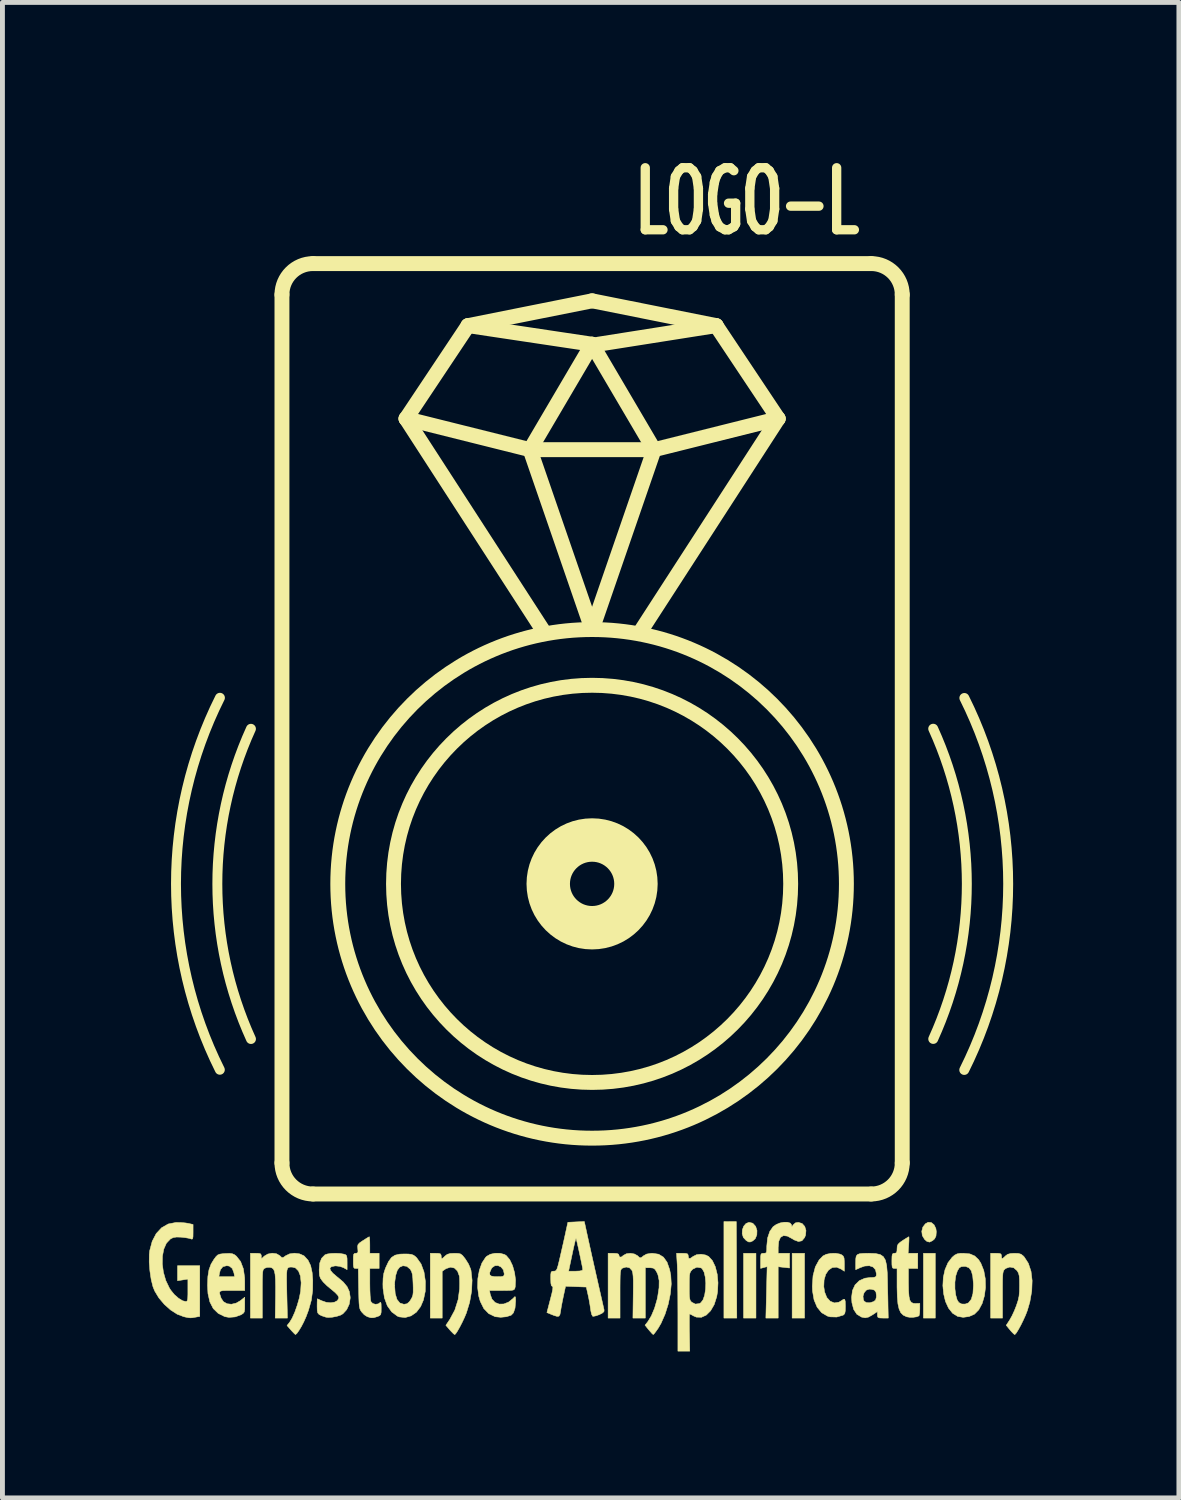
<source format=kicad_pcb>
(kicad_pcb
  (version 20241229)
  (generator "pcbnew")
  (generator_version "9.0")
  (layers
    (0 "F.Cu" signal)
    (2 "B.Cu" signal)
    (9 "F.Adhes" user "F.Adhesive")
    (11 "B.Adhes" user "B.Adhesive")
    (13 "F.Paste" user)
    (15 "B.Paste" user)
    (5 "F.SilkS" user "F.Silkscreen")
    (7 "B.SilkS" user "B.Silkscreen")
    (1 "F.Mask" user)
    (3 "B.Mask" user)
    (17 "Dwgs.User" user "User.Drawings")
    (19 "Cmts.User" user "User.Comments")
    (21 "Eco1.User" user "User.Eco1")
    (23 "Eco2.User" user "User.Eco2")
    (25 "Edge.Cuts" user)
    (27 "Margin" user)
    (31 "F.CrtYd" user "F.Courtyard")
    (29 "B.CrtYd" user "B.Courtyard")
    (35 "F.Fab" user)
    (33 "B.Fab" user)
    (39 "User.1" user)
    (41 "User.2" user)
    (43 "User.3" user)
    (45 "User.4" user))
  (footprint "LOGO-L"
    (layer "F.Cu")
    (at 9.073 15.047)
    (property "Reference" "LOGO-L" (at 3.175 -13.97 0) (layer "F.SilkS") (effects (font (size 1.27 0.762) (thickness 0.191))))
    (attr through_hole)
    (fp_line (start -6.35 5.715) (end -6.35 -12.065) (stroke (width 0.305) (type solid)) (layer "F.SilkS"))
    (fp_line (start -5.715 -12.7) (end 5.715 -12.7) (stroke (width 0.305) (type solid)) (layer "F.SilkS"))
    (fp_line (start -3.81 -9.525) (end -1.27 -8.89) (stroke (width 0.305) (type solid)) (layer "F.SilkS"))
    (fp_line (start -3.81 -9.525) (end -1.016 -5.207) (stroke (width 0.305) (type solid)) (layer "F.SilkS"))
    (fp_line (start -2.54 -11.43) (end -3.81 -9.525) (stroke (width 0.305) (type solid)) (layer "F.SilkS"))
    (fp_line (start -2.54 -11.43) (end 0 -11.938) (stroke (width 0.305) (type solid)) (layer "F.SilkS"))
    (fp_line (start -2.54 -11.43) (end 0 -11.049) (stroke (width 0.305) (type solid)) (layer "F.SilkS"))
    (fp_line (start -1.27 -8.89) (end 0 -11.049) (stroke (width 0.305) (type solid)) (layer "F.SilkS"))
    (fp_line (start -1.27 -8.89) (end 1.27 -8.89) (stroke (width 0.305) (type solid)) (layer "F.SilkS"))
    (fp_line (start 0 -11.938) (end 2.54 -11.43) (stroke (width 0.305) (type solid)) (layer "F.SilkS"))
    (fp_line (start 0 -11.049) (end 1.27 -8.89) (stroke (width 0.305) (type solid)) (layer "F.SilkS"))
    (fp_line (start 0 -5.207) (end -1.27 -8.89) (stroke (width 0.305) (type solid)) (layer "F.SilkS"))
    (fp_line (start 1.27 -8.89) (end 0 -5.207) (stroke (width 0.305) (type solid)) (layer "F.SilkS"))
    (fp_line (start 1.27 -8.89) (end 3.81 -9.525) (stroke (width 0.305) (type solid)) (layer "F.SilkS"))
    (fp_line (start 2.54 -11.43) (end 0.127 -11.049) (stroke (width 0.305) (type solid)) (layer "F.SilkS"))
    (fp_line (start 2.54 -11.43) (end 3.81 -9.525) (stroke (width 0.305) (type solid)) (layer "F.SilkS"))
    (fp_line (start 3.81 -9.525) (end 1.016 -5.207) (stroke (width 0.305) (type solid)) (layer "F.SilkS"))
    (fp_line (start 5.715 6.35) (end -5.715 6.35) (stroke (width 0.305) (type solid)) (layer "F.SilkS"))
    (fp_line (start 6.35 -12.065) (end 6.35 5.715) (stroke (width 0.305) (type solid)) (layer "F.SilkS"))
    (fp_arc (start -7.622001 3.805996) (mid -8.519419 -0.002238) (end -7.62 -3.81) (stroke (width 0.2032) (type solid)) (layer "F.SilkS"))
    (fp_arc (start -6.984328 3.176474) (mid -7.672733 0.00081) (end -6.984999 -3.174999) (stroke (width 0.2032) (type solid)) (layer "F.SilkS"))
    (fp_arc (start -6.35 -12.065) (mid -6.164013 -12.514013) (end -5.715 -12.7) (stroke (width 0.3048) (type solid)) (layer "F.SilkS"))
    (fp_arc (start -5.715 6.35) (mid -6.164013 6.164013) (end -6.35 5.715) (stroke (width 0.3048) (type solid)) (layer "F.SilkS"))
    (fp_arc (start 5.715 -12.7) (mid 6.164013 -12.514013) (end 6.35 -12.065) (stroke (width 0.3048) (type solid)) (layer "F.SilkS"))
    (fp_arc (start 6.35 5.715) (mid 6.164013 6.164013) (end 5.715 6.35) (stroke (width 0.3048) (type solid)) (layer "F.SilkS"))
    (fp_arc (start 6.984328 -3.176474) (mid 7.672733 -0.00081) (end 6.984999 3.174999) (stroke (width 0.2032) (type solid)) (layer "F.SilkS"))
    (fp_arc (start 7.622001 -3.805996) (mid 8.519419 0.002238) (end 7.62 3.81) (stroke (width 0.2032) (type solid)) (layer "F.SilkS"))
    (fp_circle (center 0 0) (end 0.898 0) (stroke (width 0.889) (type solid)) (fill no) (layer "F.SilkS"))
    (fp_circle (center 0 0) (end 4.066 0) (stroke (width 0.305) (type solid)) (fill no) (layer "F.SilkS"))
    (fp_circle (center 0 0) (end 5.207 0) (stroke (width 0.305) (type solid)) (fill no) (layer "F.SilkS"))
    (fp_poly (pts (xy 3.355 8.89) (xy 3.101 8.89) (xy 3.101 7.564) (xy 3.355 7.564) (xy 3.355 8.89)) (stroke (width 0.01) (type solid)) (fill yes) (layer "F.SilkS"))
    (fp_poly (pts (xy 4.35 8.89) (xy 4.096 8.89) (xy 4.096 7.564) (xy 4.35 7.564) (xy 4.35 8.89)) (stroke (width 0.01) (type solid)) (fill yes) (layer "F.SilkS"))
    (fp_poly (pts (xy 7.027 8.89) (xy 6.784 8.89) (xy 6.784 7.564) (xy 7.027 7.564) (xy 7.027 8.89)) (stroke (width 0.01) (type solid)) (fill yes) (layer "F.SilkS"))
    (fp_poly (pts (xy 2.826 6.915) (xy 2.953 6.915) (xy 2.963 8.89) (xy 2.831 8.89) (xy 2.699 8.89) (xy 2.699 7.902) (xy 2.699 6.914) (xy 2.826 6.915)) (stroke (width 0.01) (type solid)) (fill yes) (layer "F.SilkS"))
    (fp_poly (pts (xy 6.945 6.934) (xy 7.002 6.981) (xy 7.039 7.057) (xy 7.048 7.121) (xy 7.041 7.211) (xy 7.013 7.268) (xy 6.971 7.305) (xy 6.91 7.335) (xy 6.856 7.321) (xy 6.808 7.279) (xy 6.761 7.201) (xy 6.75 7.113) (xy 6.772 7.028) (xy 6.824 6.96) (xy 6.88 6.929) (xy 6.945 6.934)) (stroke (width 0.01) (type solid)) (fill yes) (layer "F.SilkS"))
    (fp_poly (pts (xy 3.285 6.947) (xy 3.294 6.953) (xy 3.349 7.014) (xy 3.376 7.097) (xy 3.373 7.185) (xy 3.342 7.263) (xy 3.29 7.31) (xy 3.241 7.332) (xy 3.206 7.332) (xy 3.163 7.307) (xy 3.154 7.301) (xy 3.097 7.24) (xy 3.073 7.162) (xy 3.077 7.082) (xy 3.105 7.008) (xy 3.152 6.954) (xy 3.213 6.93) (xy 3.285 6.947)) (stroke (width 0.01) (type solid)) (fill yes) (layer "F.SilkS"))
    (fp_poly (pts (xy 5.073 7.58) (xy 5.111 7.596) (xy 5.142 7.622) (xy 5.159 7.661) (xy 5.164 7.73) (xy 5.165 7.78) (xy 5.165 7.932) (xy 5.102 7.889) (xy 5.006 7.848) (xy 4.917 7.856) (xy 4.842 7.907) (xy 4.784 7.993) (xy 4.75 8.109) (xy 4.744 8.246) (xy 4.76 8.355) (xy 4.806 8.47) (xy 4.876 8.546) (xy 4.962 8.58) (xy 5.054 8.565) (xy 5.101 8.537) (xy 5.147 8.506) (xy 5.172 8.507) (xy 5.183 8.546) (xy 5.186 8.633) (xy 5.186 8.651) (xy 5.184 8.743) (xy 5.174 8.795) (xy 5.153 8.822) (xy 5.138 8.831) (xy 5.009 8.869) (xy 4.873 8.865) (xy 4.82 8.85) (xy 4.7 8.78) (xy 4.608 8.668) (xy 4.545 8.519) (xy 4.513 8.335) (xy 4.509 8.238) (xy 4.524 8.022) (xy 4.571 7.842) (xy 4.649 7.699) (xy 4.728 7.618) (xy 4.796 7.584) (xy 4.888 7.566) (xy 4.986 7.564) (xy 5.073 7.58)) (stroke (width 0.01) (type solid)) (fill yes) (layer "F.SilkS"))
    (fp_poly (pts (xy 3.999 6.928) (xy 4.055 6.945) (xy 4.083 6.979) (xy 4.085 6.994) (xy 4.089 7.019) (xy 4.107 6.999) (xy 4.114 6.985) (xy 4.163 6.941) (xy 4.223 6.931) (xy 4.3 6.954) (xy 4.354 7.014) (xy 4.379 7.097) (xy 4.371 7.192) (xy 4.35 7.244) (xy 4.296 7.308) (xy 4.225 7.323) (xy 4.135 7.289) (xy 4.104 7.269) (xy 3.999 7.212) (xy 3.917 7.202) (xy 3.857 7.238) (xy 3.821 7.321) (xy 3.81 7.443) (xy 3.81 7.564) (xy 4.043 7.564) (xy 4.043 7.865) (xy 3.926 7.852) (xy 3.81 7.839) (xy 3.81 8.89) (xy 3.558 8.89) (xy 3.571 8.363) (xy 3.584 7.837) (xy 3.45 7.873) (xy 3.45 7.718) (xy 3.451 7.63) (xy 3.458 7.584) (xy 3.477 7.566) (xy 3.513 7.564) (xy 3.514 7.564) (xy 3.551 7.561) (xy 3.569 7.543) (xy 3.576 7.495) (xy 3.577 7.415) (xy 3.593 7.252) (xy 3.639 7.115) (xy 3.706 7.02) (xy 3.77 6.975) (xy 3.847 6.943) (xy 3.926 6.928) (xy 3.999 6.928)) (stroke (width 0.01) (type solid)) (fill yes) (layer "F.SilkS"))
    (fp_poly (pts (xy -3.136 7.566) (xy -3.103 7.578) (xy -3.091 7.603) (xy -3.09 7.62) (xy -3.086 7.665) (xy -3.068 7.671) (xy -3.029 7.638) (xy -3.011 7.62) (xy -2.966 7.586) (xy -2.905 7.568) (xy -2.82 7.564) (xy -2.744 7.566) (xy -2.694 7.577) (xy -2.654 7.607) (xy -2.607 7.665) (xy -2.593 7.684) (xy -2.53 7.784) (xy -2.487 7.887) (xy -2.479 7.916) (xy -2.457 8.117) (xy -2.467 8.339) (xy -2.508 8.57) (xy -2.574 8.785) (xy -2.612 8.876) (xy -2.659 8.976) (xy -2.709 9.073) (xy -2.756 9.156) (xy -2.793 9.211) (xy -2.812 9.229) (xy -2.837 9.212) (xy -2.881 9.168) (xy -2.912 9.134) (xy -2.994 9.038) (xy -2.913 8.918) (xy -2.81 8.726) (xy -2.742 8.51) (xy -2.713 8.291) (xy -2.711 8.181) (xy -2.713 8.085) (xy -2.718 8.029) (xy -2.756 7.927) (xy -2.818 7.866) (xy -2.898 7.848) (xy -2.988 7.877) (xy -3.007 7.889) (xy -3.069 7.932) (xy -3.069 8.89) (xy -3.313 8.89) (xy -3.313 7.564) (xy -3.201 7.564) (xy -3.136 7.566)) (stroke (width 0.01) (type solid)) (fill yes) (layer "F.SilkS"))
    (fp_poly (pts (xy 6.489 7.25) (xy 6.487 7.317) (xy 6.483 7.394) (xy 6.471 7.564) (xy 6.668 7.564) (xy 6.668 7.874) (xy 6.477 7.874) (xy 6.477 8.163) (xy 6.48 8.33) (xy 6.489 8.448) (xy 6.506 8.525) (xy 6.536 8.57) (xy 6.579 8.589) (xy 6.621 8.591) (xy 6.71 8.589) (xy 6.71 8.71) (xy 6.706 8.787) (xy 6.696 8.837) (xy 6.692 8.845) (xy 6.647 8.864) (xy 6.577 8.874) (xy 6.502 8.874) (xy 6.44 8.864) (xy 6.439 8.863) (xy 6.372 8.831) (xy 6.321 8.781) (xy 6.286 8.706) (xy 6.262 8.599) (xy 6.249 8.451) (xy 6.244 8.257) (xy 6.244 8.206) (xy 6.244 7.874) (xy 6.191 7.874) (xy 6.161 7.87) (xy 6.145 7.849) (xy 6.139 7.796) (xy 6.138 7.719) (xy 6.14 7.63) (xy 6.147 7.584) (xy 6.165 7.566) (xy 6.191 7.564) (xy 6.228 7.556) (xy 6.242 7.52) (xy 6.244 7.471) (xy 6.248 7.417) (xy 6.265 7.378) (xy 6.304 7.341) (xy 6.361 7.301) (xy 6.424 7.261) (xy 6.469 7.234) (xy 6.486 7.225) (xy 6.489 7.25)) (stroke (width 0.01) (type solid)) (fill yes) (layer "F.SilkS"))
    (fp_poly (pts (xy 7.734 7.576) (xy 7.834 7.619) (xy 7.914 7.695) (xy 7.96 7.768) (xy 8.02 7.918) (xy 8.051 8.087) (xy 8.055 8.263) (xy 8.033 8.435) (xy 7.987 8.591) (xy 7.918 8.72) (xy 7.829 8.81) (xy 7.72 8.858) (xy 7.598 8.875) (xy 7.485 8.856) (xy 7.381 8.791) (xy 7.298 8.686) (xy 7.236 8.551) (xy 7.198 8.394) (xy 7.182 8.227) (xy 7.186 8.155) (xy 7.429 8.155) (xy 7.429 8.29) (xy 7.445 8.417) (xy 7.475 8.52) (xy 7.509 8.572) (xy 7.566 8.602) (xy 7.638 8.604) (xy 7.705 8.58) (xy 7.706 8.579) (xy 7.764 8.506) (xy 7.798 8.387) (xy 7.808 8.224) (xy 7.807 8.181) (xy 7.793 8.028) (xy 7.764 7.922) (xy 7.716 7.86) (xy 7.647 7.833) (xy 7.619 7.832) (xy 7.556 7.838) (xy 7.516 7.864) (xy 7.479 7.925) (xy 7.478 7.928) (xy 7.445 8.029) (xy 7.429 8.155) (xy 7.186 8.155) (xy 7.191 8.059) (xy 7.226 7.899) (xy 7.287 7.757) (xy 7.372 7.646) (xy 7.424 7.601) (xy 7.474 7.576) (xy 7.536 7.565) (xy 7.604 7.564) (xy 7.734 7.576)) (stroke (width 0.01) (type solid)) (fill yes) (layer "F.SilkS"))
    (fp_poly (pts (xy -7.367 7.573) (xy -7.321 7.593) (xy -7.281 7.625) (xy -7.196 7.734) (xy -7.14 7.882) (xy -7.114 8.065) (xy -7.112 8.134) (xy -7.112 8.326) (xy -7.376 8.326) (xy -7.489 8.326) (xy -7.564 8.329) (xy -7.609 8.339) (xy -7.627 8.36) (xy -7.624 8.396) (xy -7.607 8.45) (xy -7.595 8.485) (xy -7.547 8.556) (xy -7.474 8.597) (xy -7.384 8.607) (xy -7.287 8.584) (xy -7.204 8.536) (xy -7.112 8.464) (xy -7.112 8.622) (xy -7.113 8.713) (xy -7.122 8.765) (xy -7.145 8.795) (xy -7.187 8.822) (xy -7.307 8.866) (xy -7.434 8.876) (xy -7.52 8.861) (xy -7.655 8.794) (xy -7.757 8.695) (xy -7.826 8.56) (xy -7.865 8.388) (xy -7.874 8.221) (xy -7.867 8.043) (xy -7.642 8.043) (xy -7.319 8.043) (xy -7.333 7.966) (xy -7.367 7.875) (xy -7.427 7.826) (xy -7.482 7.818) (xy -7.56 7.838) (xy -7.61 7.9) (xy -7.628 7.966) (xy -7.642 8.043) (xy -7.867 8.043) (xy -7.867 8.041) (xy -7.844 7.901) (xy -7.801 7.784) (xy -7.747 7.695) (xy -7.703 7.635) (xy -7.666 7.599) (xy -7.622 7.581) (xy -7.557 7.572) (xy -7.511 7.569) (xy -7.425 7.566) (xy -7.367 7.573)) (stroke (width 0.01) (type solid)) (fill yes) (layer "F.SilkS"))
    (fp_poly (pts (xy -4.556 7.251) (xy -4.552 7.317) (xy -4.551 7.394) (xy -4.551 7.564) (xy -4.36 7.564) (xy -4.36 7.874) (xy -4.551 7.874) (xy -4.551 8.186) (xy -4.549 8.319) (xy -4.544 8.434) (xy -4.536 8.518) (xy -4.529 8.553) (xy -4.492 8.592) (xy -4.436 8.608) (xy -4.378 8.6) (xy -4.343 8.574) (xy -4.328 8.566) (xy -4.32 8.598) (xy -4.318 8.678) (xy -4.318 8.685) (xy -4.319 8.771) (xy -4.329 8.818) (xy -4.355 8.843) (xy -4.397 8.86) (xy -4.47 8.882) (xy -4.527 8.884) (xy -4.594 8.864) (xy -4.605 8.86) (xy -4.666 8.821) (xy -4.721 8.762) (xy -4.721 8.761) (xy -4.742 8.73) (xy -4.756 8.695) (xy -4.766 8.646) (xy -4.772 8.574) (xy -4.776 8.469) (xy -4.779 8.319) (xy -4.78 8.281) (xy -4.787 7.874) (xy -4.838 7.874) (xy -4.868 7.87) (xy -4.883 7.848) (xy -4.889 7.794) (xy -4.889 7.719) (xy -4.888 7.63) (xy -4.881 7.584) (xy -4.863 7.566) (xy -4.838 7.564) (xy -4.803 7.557) (xy -4.793 7.527) (xy -4.797 7.472) (xy -4.801 7.42) (xy -4.792 7.384) (xy -4.761 7.351) (xy -4.7 7.309) (xy -4.69 7.303) (xy -4.626 7.262) (xy -4.58 7.234) (xy -4.561 7.225) (xy -4.556 7.251)) (stroke (width 0.01) (type solid)) (fill yes) (layer "F.SilkS"))
    (fp_poly (pts (xy -3.76 7.579) (xy -3.698 7.587) (xy -3.654 7.604) (xy -3.614 7.634) (xy -3.591 7.657) (xy -3.502 7.782) (xy -3.442 7.945) (xy -3.413 8.14) (xy -3.413 8.141) (xy -3.416 8.344) (xy -3.453 8.519) (xy -3.511 8.655) (xy -3.597 8.769) (xy -3.706 8.845) (xy -3.827 8.879) (xy -3.948 8.866) (xy -3.987 8.85) (xy -4.103 8.764) (xy -4.193 8.638) (xy -4.252 8.475) (xy -4.281 8.28) (xy -4.282 8.228) (xy -4.043 8.228) (xy -4.031 8.39) (xy -3.995 8.509) (xy -3.936 8.582) (xy -3.854 8.608) (xy -3.851 8.608) (xy -3.788 8.597) (xy -3.74 8.554) (xy -3.715 8.518) (xy -3.687 8.469) (xy -3.67 8.422) (xy -3.663 8.362) (xy -3.663 8.27) (xy -3.665 8.195) (xy -3.671 8.074) (xy -3.68 7.994) (xy -3.696 7.939) (xy -3.721 7.894) (xy -3.724 7.89) (xy -3.793 7.831) (xy -3.873 7.819) (xy -3.94 7.848) (xy -3.988 7.911) (xy -4.022 8.018) (xy -4.041 8.156) (xy -4.043 8.228) (xy -4.282 8.228) (xy -4.283 8.197) (xy -4.279 8.072) (xy -4.265 7.976) (xy -4.236 7.884) (xy -4.224 7.854) (xy -4.167 7.732) (xy -4.107 7.65) (xy -4.035 7.603) (xy -3.939 7.581) (xy -3.851 7.578) (xy -3.76 7.579)) (stroke (width 0.01) (type solid)) (fill yes) (layer "F.SilkS"))
    (fp_poly (pts (xy 8.336 7.566) (xy 8.37 7.578) (xy 8.381 7.603) (xy 8.382 7.62) (xy 8.386 7.665) (xy 8.405 7.671) (xy 8.444 7.638) (xy 8.461 7.62) (xy 8.508 7.585) (xy 8.571 7.568) (xy 8.648 7.564) (xy 8.728 7.567) (xy 8.783 7.583) (xy 8.827 7.617) (xy 8.847 7.638) (xy 8.932 7.769) (xy 8.987 7.933) (xy 9.01 8.124) (xy 9.002 8.335) (xy 8.963 8.559) (xy 8.912 8.735) (xy 8.876 8.828) (xy 8.829 8.932) (xy 8.778 9.036) (xy 8.728 9.127) (xy 8.686 9.195) (xy 8.657 9.227) (xy 8.653 9.229) (xy 8.629 9.211) (xy 8.585 9.166) (xy 8.557 9.133) (xy 8.479 9.038) (xy 8.55 8.93) (xy 8.597 8.846) (xy 8.648 8.736) (xy 8.687 8.637) (xy 8.722 8.531) (xy 8.742 8.44) (xy 8.75 8.341) (xy 8.752 8.222) (xy 8.751 8.104) (xy 8.745 8.026) (xy 8.732 7.974) (xy 8.709 7.931) (xy 8.701 7.919) (xy 8.634 7.861) (xy 8.553 7.845) (xy 8.473 7.872) (xy 8.45 7.89) (xy 8.433 7.908) (xy 8.421 7.932) (xy 8.412 7.97) (xy 8.407 8.031) (xy 8.404 8.123) (xy 8.403 8.256) (xy 8.403 8.412) (xy 8.403 8.89) (xy 8.16 8.89) (xy 8.16 7.564) (xy 8.271 7.564) (xy 8.336 7.566)) (stroke (width 0.01) (type solid)) (fill yes) (layer "F.SilkS"))
    (fp_poly (pts (xy -8.423 6.934) (xy -8.33 6.942) (xy -8.271 6.951) (xy -8.17 6.974) (xy -8.17 7.131) (xy -8.171 7.22) (xy -8.178 7.264) (xy -8.193 7.275) (xy -8.218 7.267) (xy -8.263 7.255) (xy -8.335 7.243) (xy -8.414 7.234) (xy -8.508 7.231) (xy -8.576 7.242) (xy -8.633 7.27) (xy -8.636 7.273) (xy -8.716 7.357) (xy -8.769 7.477) (xy -8.797 7.622) (xy -8.8 7.784) (xy -8.777 7.953) (xy -8.729 8.12) (xy -8.655 8.275) (xy -8.626 8.32) (xy -8.553 8.41) (xy -8.467 8.485) (xy -8.384 8.536) (xy -8.322 8.551) (xy -8.3 8.548) (xy -8.286 8.529) (xy -8.279 8.485) (xy -8.276 8.403) (xy -8.276 8.322) (xy -8.276 8.092) (xy -8.382 8.109) (xy -8.488 8.125) (xy -8.488 7.818) (xy -8.26 7.818) (xy -8.033 7.818) (xy -8.033 8.856) (xy -8.126 8.873) (xy -8.182 8.883) (xy -8.223 8.886) (xy -8.266 8.882) (xy -8.326 8.87) (xy -8.363 8.861) (xy -8.495 8.811) (xy -8.63 8.724) (xy -8.759 8.609) (xy -8.871 8.476) (xy -8.956 8.335) (xy -8.991 8.248) (xy -9.028 8.099) (xy -9.054 7.924) (xy -9.068 7.746) (xy -9.066 7.585) (xy -9.058 7.511) (xy -9.007 7.319) (xy -8.925 7.161) (xy -8.814 7.041) (xy -8.679 6.964) (xy -8.522 6.933) (xy -8.516 6.933) (xy -8.423 6.934)) (stroke (width 0.01) (type solid)) (fill yes) (layer "F.SilkS"))
    (fp_poly (pts (xy -1.884 7.564) (xy -1.794 7.588) (xy -1.758 7.61) (xy -1.687 7.694) (xy -1.628 7.817) (xy -1.587 7.962) (xy -1.567 8.111) (xy -1.574 8.249) (xy -1.575 8.254) (xy -1.582 8.284) (xy -1.594 8.304) (xy -1.618 8.317) (xy -1.663 8.323) (xy -1.735 8.325) (xy -1.842 8.326) (xy -2.1 8.326) (xy -2.086 8.403) (xy -2.05 8.503) (xy -1.986 8.571) (xy -1.903 8.604) (xy -1.809 8.602) (xy -1.711 8.564) (xy -1.618 8.489) (xy -1.603 8.473) (xy -1.58 8.45) (xy -1.569 8.462) (xy -1.566 8.518) (xy -1.566 8.545) (xy -1.578 8.687) (xy -1.611 8.784) (xy -1.658 8.832) (xy -1.756 8.863) (xy -1.87 8.874) (xy -1.978 8.863) (xy -1.987 8.861) (xy -2.115 8.8) (xy -2.217 8.695) (xy -2.29 8.548) (xy -2.321 8.44) (xy -2.344 8.263) (xy -2.339 8.082) (xy -2.325 8.003) (xy -2.096 8.003) (xy -2.064 8.03) (xy -1.996 8.042) (xy -1.947 8.043) (xy -1.87 8.042) (xy -1.825 8.035) (xy -1.805 8.02) (xy -1.799 7.992) (xy -1.799 7.982) (xy -1.817 7.903) (xy -1.863 7.846) (xy -1.925 7.816) (xy -1.99 7.818) (xy -2.046 7.856) (xy -2.063 7.88) (xy -2.095 7.954) (xy -2.096 8.003) (xy -2.325 8.003) (xy -2.308 7.91) (xy -2.255 7.762) (xy -2.181 7.649) (xy -2.16 7.627) (xy -2.084 7.584) (xy -1.987 7.563) (xy -1.884 7.564)) (stroke (width 0.01) (type solid)) (fill yes) (layer "F.SilkS"))
    (fp_poly (pts (xy -5.162 7.568) (xy -5.085 7.581) (xy -5.083 7.581) (xy -5.044 7.595) (xy -5.025 7.619) (xy -5.017 7.671) (xy -5.016 7.749) (xy -5.016 7.899) (xy -5.092 7.857) (xy -5.164 7.832) (xy -5.246 7.822) (xy -5.267 7.823) (xy -5.337 7.838) (xy -5.368 7.867) (xy -5.358 7.911) (xy -5.309 7.971) (xy -5.219 8.048) (xy -5.207 8.057) (xy -5.093 8.154) (xy -5.015 8.249) (xy -4.97 8.348) (xy -4.953 8.46) (xy -4.953 8.484) (xy -4.973 8.607) (xy -5.025 8.718) (xy -5.102 8.802) (xy -5.15 8.83) (xy -5.228 8.855) (xy -5.316 8.872) (xy -5.397 8.878) (xy -5.45 8.872) (xy -5.537 8.843) (xy -5.59 8.816) (xy -5.618 8.783) (xy -5.628 8.733) (xy -5.63 8.656) (xy -5.63 8.648) (xy -5.629 8.564) (xy -5.627 8.508) (xy -5.625 8.495) (xy -5.604 8.504) (xy -5.557 8.526) (xy -5.535 8.536) (xy -5.443 8.568) (xy -5.353 8.577) (xy -5.275 8.565) (xy -5.216 8.534) (xy -5.187 8.486) (xy -5.186 8.469) (xy -5.205 8.427) (xy -5.261 8.367) (xy -5.352 8.291) (xy -5.36 8.285) (xy -5.432 8.224) (xy -5.5 8.157) (xy -5.524 8.128) (xy -5.563 8.073) (xy -5.582 8.015) (xy -5.587 7.933) (xy -5.588 7.898) (xy -5.576 7.763) (xy -5.538 7.666) (xy -5.471 7.597) (xy -5.468 7.595) (xy -5.419 7.578) (xy -5.343 7.567) (xy -5.252 7.564) (xy -5.162 7.568)) (stroke (width 0.01) (type solid)) (fill yes) (layer "F.SilkS"))
    (fp_poly (pts (xy 5.803 7.569) (xy 5.897 7.589) (xy 5.963 7.633) (xy 6.006 7.705) (xy 6.031 7.815) (xy 6.044 7.969) (xy 6.048 8.1) (xy 6.051 8.26) (xy 6.055 8.43) (xy 6.058 8.582) (xy 6.059 8.657) (xy 6.064 8.89) (xy 5.953 8.89) (xy 5.888 8.888) (xy 5.855 8.877) (xy 5.843 8.851) (xy 5.842 8.823) (xy 5.842 8.757) (xy 5.743 8.823) (xy 5.66 8.87) (xy 5.591 8.885) (xy 5.516 8.87) (xy 5.515 8.869) (xy 5.421 8.812) (xy 5.356 8.713) (xy 5.32 8.576) (xy 5.313 8.47) (xy 5.316 8.442) (xy 5.547 8.442) (xy 5.554 8.513) (xy 5.571 8.546) (xy 5.618 8.574) (xy 5.686 8.577) (xy 5.762 8.554) (xy 5.767 8.552) (xy 5.805 8.52) (xy 5.82 8.464) (xy 5.821 8.428) (xy 5.812 8.358) (xy 5.78 8.317) (xy 5.717 8.3) (xy 5.674 8.298) (xy 5.613 8.319) (xy 5.569 8.372) (xy 5.547 8.442) (xy 5.316 8.442) (xy 5.331 8.326) (xy 5.385 8.21) (xy 5.471 8.125) (xy 5.586 8.074) (xy 5.687 8.061) (xy 5.76 8.058) (xy 5.8 8.049) (xy 5.817 8.03) (xy 5.821 7.994) (xy 5.821 7.984) (xy 5.803 7.901) (xy 5.753 7.845) (xy 5.677 7.819) (xy 5.581 7.825) (xy 5.485 7.859) (xy 5.397 7.9) (xy 5.397 7.749) (xy 5.399 7.674) (xy 5.408 7.623) (xy 5.432 7.591) (xy 5.477 7.573) (xy 5.55 7.566) (xy 5.657 7.564) (xy 5.677 7.564) (xy 5.803 7.569)) (stroke (width 0.01) (type solid)) (fill yes) (layer "F.SilkS"))
    (fp_poly (pts (xy 1.917 7.566) (xy 1.953 7.576) (xy 1.967 7.599) (xy 1.968 7.62) (xy 1.978 7.666) (xy 2.008 7.67) (xy 2.062 7.633) (xy 2.067 7.629) (xy 2.139 7.593) (xy 2.23 7.583) (xy 2.323 7.599) (xy 2.386 7.629) (xy 2.463 7.714) (xy 2.523 7.839) (xy 2.562 7.994) (xy 2.578 8.168) (xy 2.569 8.349) (xy 2.551 8.454) (xy 2.5 8.614) (xy 2.427 8.74) (xy 2.338 8.829) (xy 2.239 8.874) (xy 2.136 8.871) (xy 2.085 8.85) (xy 2.033 8.822) (xy 2 8.806) (xy 1.996 8.805) (xy 1.992 8.832) (xy 1.991 8.904) (xy 1.991 9.013) (xy 1.992 9.147) (xy 1.993 9.186) (xy 2 9.567) (xy 1.879 9.567) (xy 1.757 9.567) (xy 1.757 8.798) (xy 1.756 8.581) (xy 1.755 8.369) (xy 1.753 8.241) (xy 1.99 8.241) (xy 1.99 8.371) (xy 1.994 8.455) (xy 2.002 8.508) (xy 2.016 8.541) (xy 2.037 8.564) (xy 2.114 8.604) (xy 2.197 8.594) (xy 2.226 8.577) (xy 2.272 8.516) (xy 2.305 8.42) (xy 2.323 8.3) (xy 2.328 8.173) (xy 2.317 8.051) (xy 2.293 7.949) (xy 2.253 7.879) (xy 2.232 7.863) (xy 2.146 7.848) (xy 2.064 7.887) (xy 2.045 7.904) (xy 2.02 7.934) (xy 2.004 7.967) (xy 1.995 8.016) (xy 1.991 8.094) (xy 1.99 8.212) (xy 1.99 8.241) (xy 1.753 8.241) (xy 1.752 8.174) (xy 1.75 8.004) (xy 1.746 7.872) (xy 1.743 7.796) (xy 1.729 7.564) (xy 1.849 7.564) (xy 1.917 7.566)) (stroke (width 0.01) (type solid)) (fill yes) (layer "F.SilkS"))
    (fp_poly (pts (xy 0.508 7.568) (xy 0.542 7.582) (xy 0.55 7.606) (xy 0.564 7.642) (xy 0.601 7.639) (xy 0.644 7.605) (xy 0.704 7.573) (xy 0.784 7.564) (xy 0.866 7.578) (xy 0.93 7.613) (xy 0.935 7.618) (xy 0.972 7.653) (xy 1 7.656) (xy 1.039 7.628) (xy 1.049 7.618) (xy 1.116 7.58) (xy 1.207 7.565) (xy 1.238 7.564) (xy 1.363 7.583) (xy 1.461 7.643) (xy 1.535 7.747) (xy 1.588 7.898) (xy 1.611 8.013) (xy 1.621 8.192) (xy 1.602 8.394) (xy 1.559 8.605) (xy 1.494 8.811) (xy 1.411 8.999) (xy 1.354 9.097) (xy 1.306 9.165) (xy 1.269 9.213) (xy 1.252 9.228) (xy 1.23 9.21) (xy 1.189 9.164) (xy 1.161 9.132) (xy 1.084 9.036) (xy 1.143 8.961) (xy 1.214 8.844) (xy 1.279 8.689) (xy 1.33 8.513) (xy 1.343 8.452) (xy 1.371 8.269) (xy 1.373 8.124) (xy 1.349 8.007) (xy 1.327 7.956) (xy 1.291 7.895) (xy 1.252 7.867) (xy 1.193 7.86) (xy 1.184 7.86) (xy 1.09 7.86) (xy 1.09 8.89) (xy 0.963 8.89) (xy 0.836 8.89) (xy 0.842 8.436) (xy 0.844 8.258) (xy 0.844 8.127) (xy 0.84 8.035) (xy 0.833 7.972) (xy 0.823 7.93) (xy 0.815 7.913) (xy 0.767 7.861) (xy 0.698 7.845) (xy 0.624 7.867) (xy 0.612 7.875) (xy 0.598 7.889) (xy 0.587 7.913) (xy 0.58 7.954) (xy 0.575 8.022) (xy 0.573 8.123) (xy 0.572 8.267) (xy 0.572 8.397) (xy 0.572 8.89) (xy 0.328 8.89) (xy 0.328 7.564) (xy 0.439 7.564) (xy 0.508 7.568)) (stroke (width 0.01) (type solid)) (fill yes) (layer "F.SilkS"))
    (fp_poly (pts (xy -5.991 7.575) (xy -5.904 7.613) (xy -5.893 7.621) (xy -5.816 7.706) (xy -5.763 7.815) (xy -5.732 7.958) (xy -5.719 8.114) (xy -5.722 8.327) (xy -5.749 8.526) (xy -5.806 8.728) (xy -5.856 8.862) (xy -5.901 8.963) (xy -5.952 9.062) (xy -6.003 9.146) (xy -6.045 9.205) (xy -6.073 9.228) (xy -6.074 9.228) (xy -6.095 9.21) (xy -6.137 9.167) (xy -6.166 9.135) (xy -6.246 9.043) (xy -6.191 8.974) (xy -6.141 8.891) (xy -6.087 8.77) (xy -6.037 8.628) (xy -5.995 8.482) (xy -5.969 8.348) (xy -5.967 8.337) (xy -5.957 8.167) (xy -5.972 8.028) (xy -6.012 7.925) (xy -6.074 7.863) (xy -6.141 7.846) (xy -6.183 7.846) (xy -6.214 7.853) (xy -6.235 7.874) (xy -6.248 7.915) (xy -6.254 7.985) (xy -6.255 8.091) (xy -6.253 8.241) (xy -6.25 8.384) (xy -6.238 8.89) (xy -6.363 8.89) (xy -6.488 8.89) (xy -6.481 8.446) (xy -6.48 8.249) (xy -6.483 8.101) (xy -6.491 7.996) (xy -6.506 7.925) (xy -6.529 7.882) (xy -6.562 7.86) (xy -6.598 7.851) (xy -6.66 7.854) (xy -6.709 7.873) (xy -6.724 7.887) (xy -6.736 7.909) (xy -6.744 7.948) (xy -6.748 8.011) (xy -6.751 8.106) (xy -6.752 8.243) (xy -6.752 8.397) (xy -6.752 8.89) (xy -6.874 8.89) (xy -6.996 8.89) (xy -6.996 7.564) (xy -6.884 7.564) (xy -6.819 7.566) (xy -6.786 7.577) (xy -6.774 7.603) (xy -6.773 7.622) (xy -6.773 7.68) (xy -6.712 7.622) (xy -6.639 7.579) (xy -6.55 7.562) (xy -6.463 7.573) (xy -6.395 7.612) (xy -6.391 7.616) (xy -6.356 7.649) (xy -6.328 7.652) (xy -6.287 7.625) (xy -6.277 7.616) (xy -6.195 7.576) (xy -6.094 7.562) (xy -5.991 7.575)) (stroke (width 0.01) (type solid)) (fill yes) (layer "F.SilkS"))
    (fp_poly (pts (xy -0.093 7.217) (xy -0.071 7.316) (xy -0.041 7.452) (xy -0.005 7.614) (xy 0.035 7.792) (xy 0.077 7.979) (xy 0.119 8.164) (xy 0.158 8.337) (xy 0.193 8.491) (xy 0.221 8.614) (xy 0.24 8.698) (xy 0.246 8.725) (xy 0.243 8.757) (xy 0.211 8.787) (xy 0.149 8.819) (xy 0.083 8.843) (xy 0.031 8.854) (xy 0.012 8.853) (xy -0.008 8.818) (xy -0.025 8.748) (xy -0.03 8.716) (xy -0.044 8.619) (xy -0.065 8.5) (xy -0.081 8.424) (xy -0.119 8.255) (xy -0.331 8.247) (xy -0.543 8.239) (xy -0.588 8.445) (xy -0.612 8.562) (xy -0.633 8.673) (xy -0.646 8.755) (xy -0.646 8.756) (xy -0.658 8.818) (xy -0.679 8.851) (xy -0.716 8.856) (xy -0.779 8.837) (xy -0.828 8.818) (xy -0.925 8.778) (xy -0.855 8.509) (xy -0.823 8.384) (xy -0.806 8.302) (xy -0.803 8.258) (xy -0.812 8.241) (xy -0.816 8.241) (xy -0.834 8.226) (xy -0.844 8.175) (xy -0.847 8.086) (xy -0.846 7.997) (xy -0.839 7.951) (xy -0.82 7.933) (xy -0.785 7.93) (xy -0.481 7.93) (xy -0.336 7.93) (xy -0.25 7.926) (xy -0.201 7.913) (xy -0.191 7.899) (xy -0.196 7.862) (xy -0.211 7.786) (xy -0.232 7.684) (xy -0.256 7.57) (xy -0.281 7.457) (xy -0.303 7.358) (xy -0.32 7.287) (xy -0.329 7.258) (xy -0.337 7.276) (xy -0.354 7.342) (xy -0.381 7.458) (xy -0.417 7.627) (xy -0.444 7.754) (xy -0.481 7.93) (xy -0.785 7.93) (xy -0.757 7.928) (xy -0.736 7.914) (xy -0.717 7.88) (xy -0.697 7.815) (xy -0.671 7.71) (xy -0.655 7.641) (xy -0.621 7.492) (xy -0.585 7.335) (xy -0.554 7.195) (xy -0.542 7.14) (xy -0.496 6.929) (xy -0.327 6.921) (xy -0.159 6.913) (xy -0.093 7.217)) (stroke (width 0.01) (type solid)) (fill yes) (layer "F.SilkS")))
  (gr_rect
    (start -3 -3)
    (end 21.088 27.62)
    (stroke (width 0.1) (type default))
    (fill no)
    (layer "Edge.Cuts")))
</source>
